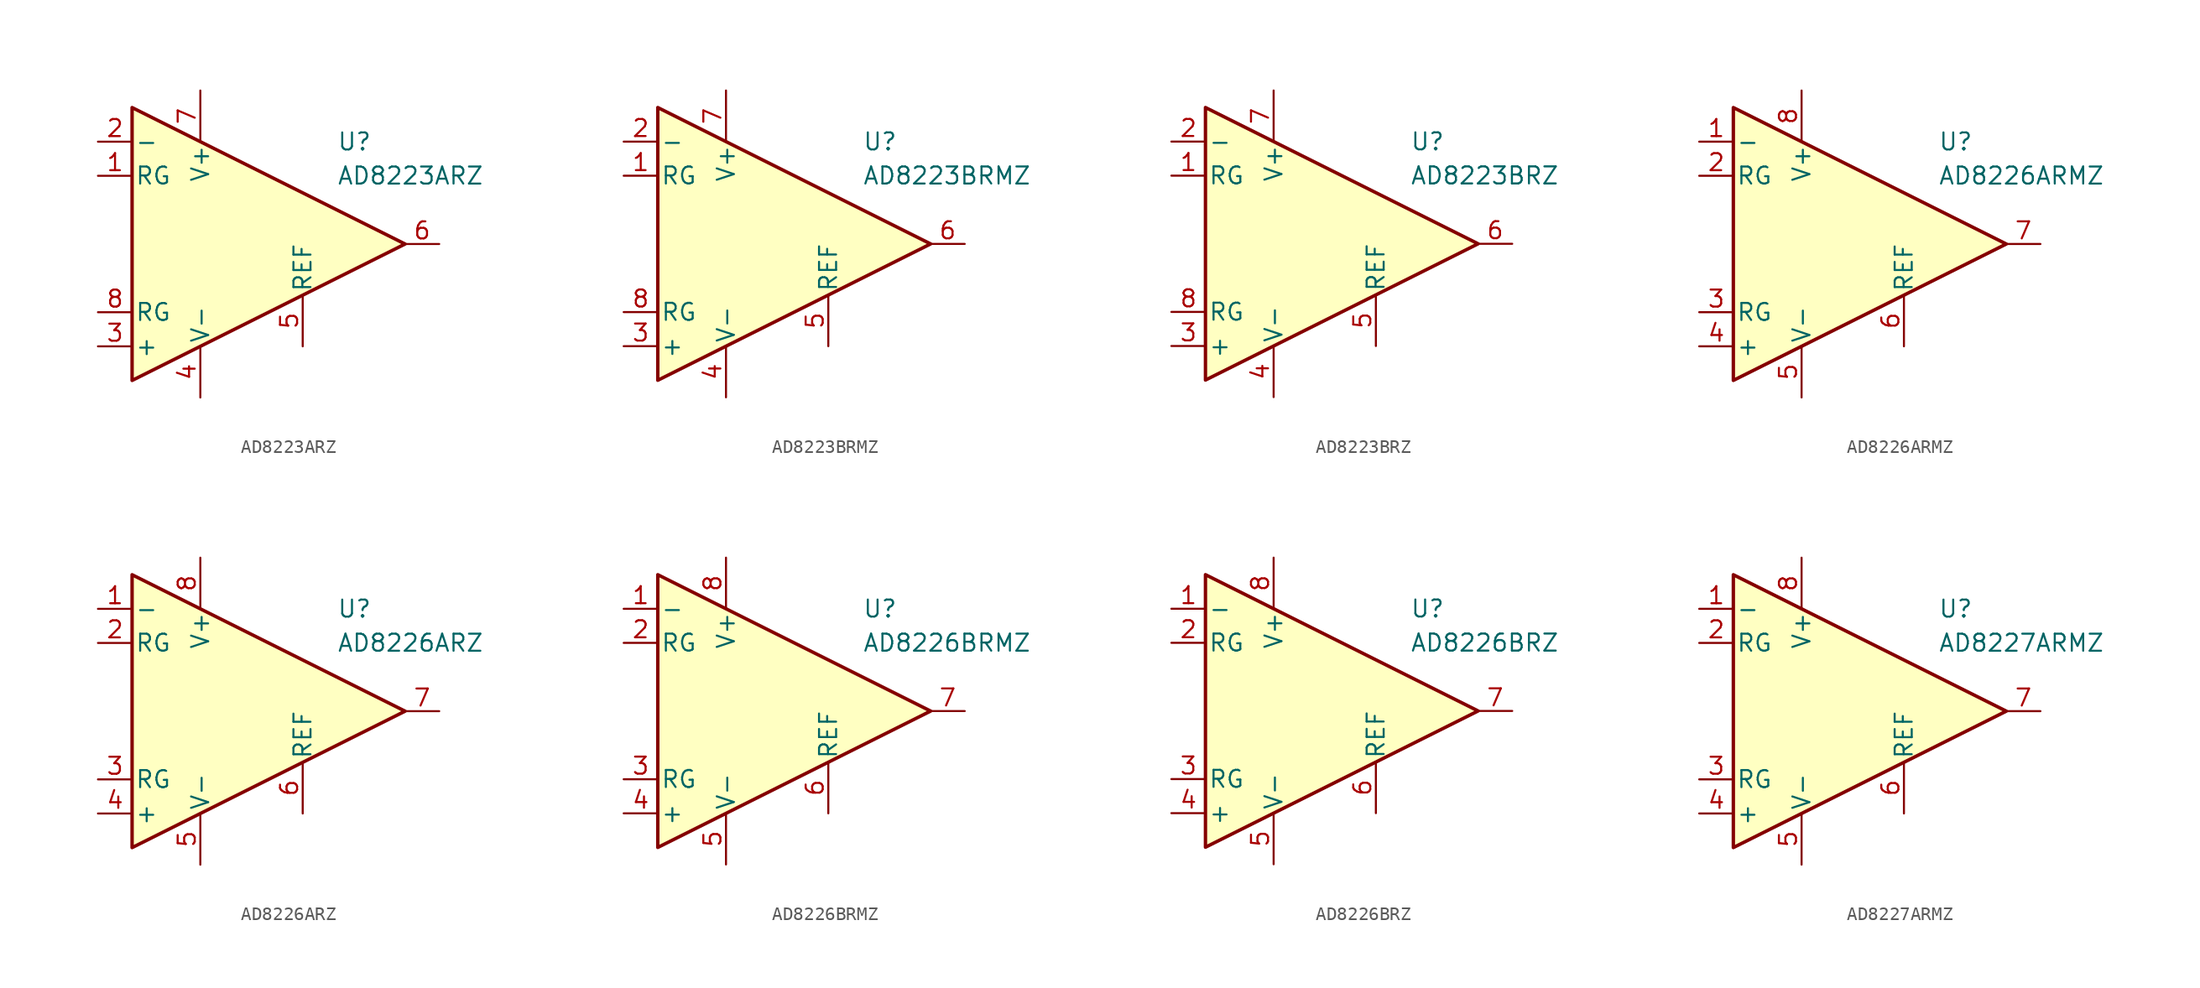
<source format=kicad_sym>
(kicad_symbol_lib
  (version 20231120)
  (generator "kicad_symbol_editor")
  (generator_version "8.0")
  (symbol "AD8223ARZ"
    (pin_names
      (offset 0.2))
    (property "Reference" "U"
      (at 6.35 7.62 0)
      (effects (font (size 1.27 1.27)) (justify left)))
    (property "Value" "AD8223ARZ"
      (at 6.35 5.08 0)
      (effects (font (size 1.27 1.27)) (justify left)))
    (symbol "AD8223ARZ_0_1"
      (polyline (pts (xy -8.89 10.16) (xy -8.89 -10.16) (xy 11.43 0) (xy -8.89 10.16)) (stroke (width 0.254) (type default)) (fill (type background))))
    (symbol "AD8223ARZ_1_1"
      (pin passive line (at -11.43 5.08 0) (length 2.54) (name "RG" (effects (font (size 1.27 1.27)))) (number "1" (effects (font (size 1.27 1.27)))))
      (pin input line (at -11.43 7.62 0) (length 2.54) (name "-" (effects (font (size 1.27 1.27)))) (number "2" (effects (font (size 1.27 1.27)))))
      (pin input line (at -11.43 -7.62 0) (length 2.54) (name "+" (effects (font (size 1.27 1.27)))) (number "3" (effects (font (size 1.27 1.27)))))
      (pin power_in line (at -3.81 -11.43 90) (length 3.81) (name "V-" (effects (font (size 1.27 1.27)))) (number "4" (effects (font (size 1.27 1.27)))))
      (pin input line (at 3.81 -7.62 90) (length 3.81) (name "REF" (effects (font (size 1.27 1.27)))) (number "5" (effects (font (size 1.27 1.27)))))
      (pin output line (at 13.97 0 180) (length 2.54) (name "~" (effects (font (size 1.27 1.27)))) (number "6" (effects (font (size 1.27 1.27)))))
      (pin power_in line (at -3.81 11.43 270) (length 3.81) (name "V+" (effects (font (size 1.27 1.27)))) (number "7" (effects (font (size 1.27 1.27)))))
      (pin passive line (at -11.43 -5.08 0) (length 2.54) (name "RG" (effects (font (size 1.27 1.27)))) (number "8" (effects (font (size 1.27 1.27)))))))
  (symbol "AD8223BRMZ"
    (pin_names
      (offset 0.2))
    (property "Reference" "U"
      (at 6.35 7.62 0)
      (effects (font (size 1.27 1.27)) (justify left)))
    (property "Value" "AD8223BRMZ"
      (at 6.35 5.08 0)
      (effects (font (size 1.27 1.27)) (justify left)))
    (symbol "AD8223BRMZ_0_1"
      (polyline (pts (xy -8.89 10.16) (xy -8.89 -10.16) (xy 11.43 0) (xy -8.89 10.16)) (stroke (width 0.254) (type default)) (fill (type background))))
    (symbol "AD8223BRMZ_1_1"
      (pin passive line (at -11.43 5.08 0) (length 2.54) (name "RG" (effects (font (size 1.27 1.27)))) (number "1" (effects (font (size 1.27 1.27)))))
      (pin input line (at -11.43 7.62 0) (length 2.54) (name "-" (effects (font (size 1.27 1.27)))) (number "2" (effects (font (size 1.27 1.27)))))
      (pin input line (at -11.43 -7.62 0) (length 2.54) (name "+" (effects (font (size 1.27 1.27)))) (number "3" (effects (font (size 1.27 1.27)))))
      (pin power_in line (at -3.81 -11.43 90) (length 3.81) (name "V-" (effects (font (size 1.27 1.27)))) (number "4" (effects (font (size 1.27 1.27)))))
      (pin input line (at 3.81 -7.62 90) (length 3.81) (name "REF" (effects (font (size 1.27 1.27)))) (number "5" (effects (font (size 1.27 1.27)))))
      (pin output line (at 13.97 0 180) (length 2.54) (name "~" (effects (font (size 1.27 1.27)))) (number "6" (effects (font (size 1.27 1.27)))))
      (pin power_in line (at -3.81 11.43 270) (length 3.81) (name "V+" (effects (font (size 1.27 1.27)))) (number "7" (effects (font (size 1.27 1.27)))))
      (pin passive line (at -11.43 -5.08 0) (length 2.54) (name "RG" (effects (font (size 1.27 1.27)))) (number "8" (effects (font (size 1.27 1.27)))))))
  (symbol "AD8223BRZ"
    (pin_names
      (offset 0.2))
    (property "Reference" "U"
      (at 6.35 7.62 0)
      (effects (font (size 1.27 1.27)) (justify left)))
    (property "Value" "AD8223BRZ"
      (at 6.35 5.08 0)
      (effects (font (size 1.27 1.27)) (justify left)))
    (symbol "AD8223BRZ_0_1"
      (polyline (pts (xy -8.89 10.16) (xy -8.89 -10.16) (xy 11.43 0) (xy -8.89 10.16)) (stroke (width 0.254) (type default)) (fill (type background))))
    (symbol "AD8223BRZ_1_1"
      (pin passive line (at -11.43 5.08 0) (length 2.54) (name "RG" (effects (font (size 1.27 1.27)))) (number "1" (effects (font (size 1.27 1.27)))))
      (pin input line (at -11.43 7.62 0) (length 2.54) (name "-" (effects (font (size 1.27 1.27)))) (number "2" (effects (font (size 1.27 1.27)))))
      (pin input line (at -11.43 -7.62 0) (length 2.54) (name "+" (effects (font (size 1.27 1.27)))) (number "3" (effects (font (size 1.27 1.27)))))
      (pin power_in line (at -3.81 -11.43 90) (length 3.81) (name "V-" (effects (font (size 1.27 1.27)))) (number "4" (effects (font (size 1.27 1.27)))))
      (pin input line (at 3.81 -7.62 90) (length 3.81) (name "REF" (effects (font (size 1.27 1.27)))) (number "5" (effects (font (size 1.27 1.27)))))
      (pin output line (at 13.97 0 180) (length 2.54) (name "~" (effects (font (size 1.27 1.27)))) (number "6" (effects (font (size 1.27 1.27)))))
      (pin power_in line (at -3.81 11.43 270) (length 3.81) (name "V+" (effects (font (size 1.27 1.27)))) (number "7" (effects (font (size 1.27 1.27)))))
      (pin passive line (at -11.43 -5.08 0) (length 2.54) (name "RG" (effects (font (size 1.27 1.27)))) (number "8" (effects (font (size 1.27 1.27)))))))
  (symbol "AD8226ARMZ"
    (pin_names
      (offset 0.2))
    (property "Reference" "U"
      (at 6.35 7.62 0)
      (effects (font (size 1.27 1.27)) (justify left)))
    (property "Value" "AD8226ARMZ"
      (at 6.35 5.08 0)
      (effects (font (size 1.27 1.27)) (justify left)))
    (symbol "AD8226ARMZ_0_1"
      (polyline (pts (xy -8.89 10.16) (xy -8.89 -10.16) (xy 11.43 0) (xy -8.89 10.16)) (stroke (width 0.254) (type default)) (fill (type background))))
    (symbol "AD8226ARMZ_1_1"
      (pin input line (at -11.43 7.62 0) (length 2.54) (name "-" (effects (font (size 1.27 1.27)))) (number "1" (effects (font (size 1.27 1.27)))))
      (pin passive line (at -11.43 5.08 0) (length 2.54) (name "RG" (effects (font (size 1.27 1.27)))) (number "2" (effects (font (size 1.27 1.27)))))
      (pin passive line (at -11.43 -5.08 0) (length 2.54) (name "RG" (effects (font (size 1.27 1.27)))) (number "3" (effects (font (size 1.27 1.27)))))
      (pin input line (at -11.43 -7.62 0) (length 2.54) (name "+" (effects (font (size 1.27 1.27)))) (number "4" (effects (font (size 1.27 1.27)))))
      (pin power_in line (at -3.81 -11.43 90) (length 3.81) (name "V-" (effects (font (size 1.27 1.27)))) (number "5" (effects (font (size 1.27 1.27)))))
      (pin input line (at 3.81 -7.62 90) (length 3.81) (name "REF" (effects (font (size 1.27 1.27)))) (number "6" (effects (font (size 1.27 1.27)))))
      (pin output line (at 13.97 0 180) (length 2.54) (name "~" (effects (font (size 1.27 1.27)))) (number "7" (effects (font (size 1.27 1.27)))))
      (pin power_in line (at -3.81 11.43 270) (length 3.81) (name "V+" (effects (font (size 1.27 1.27)))) (number "8" (effects (font (size 1.27 1.27)))))))
  (symbol "AD8226ARZ"
    (pin_names
      (offset 0.2))
    (property "Reference" "U"
      (at 6.35 7.62 0)
      (effects (font (size 1.27 1.27)) (justify left)))
    (property "Value" "AD8226ARZ"
      (at 6.35 5.08 0)
      (effects (font (size 1.27 1.27)) (justify left)))
    (symbol "AD8226ARZ_0_1"
      (polyline (pts (xy -8.89 10.16) (xy -8.89 -10.16) (xy 11.43 0) (xy -8.89 10.16)) (stroke (width 0.254) (type default)) (fill (type background))))
    (symbol "AD8226ARZ_1_1"
      (pin input line (at -11.43 7.62 0) (length 2.54) (name "-" (effects (font (size 1.27 1.27)))) (number "1" (effects (font (size 1.27 1.27)))))
      (pin passive line (at -11.43 5.08 0) (length 2.54) (name "RG" (effects (font (size 1.27 1.27)))) (number "2" (effects (font (size 1.27 1.27)))))
      (pin passive line (at -11.43 -5.08 0) (length 2.54) (name "RG" (effects (font (size 1.27 1.27)))) (number "3" (effects (font (size 1.27 1.27)))))
      (pin input line (at -11.43 -7.62 0) (length 2.54) (name "+" (effects (font (size 1.27 1.27)))) (number "4" (effects (font (size 1.27 1.27)))))
      (pin power_in line (at -3.81 -11.43 90) (length 3.81) (name "V-" (effects (font (size 1.27 1.27)))) (number "5" (effects (font (size 1.27 1.27)))))
      (pin input line (at 3.81 -7.62 90) (length 3.81) (name "REF" (effects (font (size 1.27 1.27)))) (number "6" (effects (font (size 1.27 1.27)))))
      (pin output line (at 13.97 0 180) (length 2.54) (name "~" (effects (font (size 1.27 1.27)))) (number "7" (effects (font (size 1.27 1.27)))))
      (pin power_in line (at -3.81 11.43 270) (length 3.81) (name "V+" (effects (font (size 1.27 1.27)))) (number "8" (effects (font (size 1.27 1.27)))))))
  (symbol "AD8226BRMZ"
    (pin_names
      (offset 0.2))
    (property "Reference" "U"
      (at 6.35 7.62 0)
      (effects (font (size 1.27 1.27)) (justify left)))
    (property "Value" "AD8226BRMZ"
      (at 6.35 5.08 0)
      (effects (font (size 1.27 1.27)) (justify left)))
    (symbol "AD8226BRMZ_0_1"
      (polyline (pts (xy -8.89 10.16) (xy -8.89 -10.16) (xy 11.43 0) (xy -8.89 10.16)) (stroke (width 0.254) (type default)) (fill (type background))))
    (symbol "AD8226BRMZ_1_1"
      (pin input line (at -11.43 7.62 0) (length 2.54) (name "-" (effects (font (size 1.27 1.27)))) (number "1" (effects (font (size 1.27 1.27)))))
      (pin passive line (at -11.43 5.08 0) (length 2.54) (name "RG" (effects (font (size 1.27 1.27)))) (number "2" (effects (font (size 1.27 1.27)))))
      (pin passive line (at -11.43 -5.08 0) (length 2.54) (name "RG" (effects (font (size 1.27 1.27)))) (number "3" (effects (font (size 1.27 1.27)))))
      (pin input line (at -11.43 -7.62 0) (length 2.54) (name "+" (effects (font (size 1.27 1.27)))) (number "4" (effects (font (size 1.27 1.27)))))
      (pin power_in line (at -3.81 -11.43 90) (length 3.81) (name "V-" (effects (font (size 1.27 1.27)))) (number "5" (effects (font (size 1.27 1.27)))))
      (pin input line (at 3.81 -7.62 90) (length 3.81) (name "REF" (effects (font (size 1.27 1.27)))) (number "6" (effects (font (size 1.27 1.27)))))
      (pin output line (at 13.97 0 180) (length 2.54) (name "~" (effects (font (size 1.27 1.27)))) (number "7" (effects (font (size 1.27 1.27)))))
      (pin power_in line (at -3.81 11.43 270) (length 3.81) (name "V+" (effects (font (size 1.27 1.27)))) (number "8" (effects (font (size 1.27 1.27)))))))
  (symbol "AD8226BRZ"
    (pin_names
      (offset 0.2))
    (property "Reference" "U"
      (at 6.35 7.62 0)
      (effects (font (size 1.27 1.27)) (justify left)))
    (property "Value" "AD8226BRZ"
      (at 6.35 5.08 0)
      (effects (font (size 1.27 1.27)) (justify left)))
    (symbol "AD8226BRZ_0_1"
      (polyline (pts (xy -8.89 10.16) (xy -8.89 -10.16) (xy 11.43 0) (xy -8.89 10.16)) (stroke (width 0.254) (type default)) (fill (type background))))
    (symbol "AD8226BRZ_1_1"
      (pin input line (at -11.43 7.62 0) (length 2.54) (name "-" (effects (font (size 1.27 1.27)))) (number "1" (effects (font (size 1.27 1.27)))))
      (pin passive line (at -11.43 5.08 0) (length 2.54) (name "RG" (effects (font (size 1.27 1.27)))) (number "2" (effects (font (size 1.27 1.27)))))
      (pin passive line (at -11.43 -5.08 0) (length 2.54) (name "RG" (effects (font (size 1.27 1.27)))) (number "3" (effects (font (size 1.27 1.27)))))
      (pin input line (at -11.43 -7.62 0) (length 2.54) (name "+" (effects (font (size 1.27 1.27)))) (number "4" (effects (font (size 1.27 1.27)))))
      (pin power_in line (at -3.81 -11.43 90) (length 3.81) (name "V-" (effects (font (size 1.27 1.27)))) (number "5" (effects (font (size 1.27 1.27)))))
      (pin input line (at 3.81 -7.62 90) (length 3.81) (name "REF" (effects (font (size 1.27 1.27)))) (number "6" (effects (font (size 1.27 1.27)))))
      (pin output line (at 13.97 0 180) (length 2.54) (name "~" (effects (font (size 1.27 1.27)))) (number "7" (effects (font (size 1.27 1.27)))))
      (pin power_in line (at -3.81 11.43 270) (length 3.81) (name "V+" (effects (font (size 1.27 1.27)))) (number "8" (effects (font (size 1.27 1.27)))))))
  (symbol "AD8227ARMZ"
    (pin_names
      (offset 0.2))
    (property "Reference" "U"
      (at 6.35 7.62 0)
      (effects (font (size 1.27 1.27)) (justify left)))
    (property "Value" "AD8227ARMZ"
      (at 6.35 5.08 0)
      (effects (font (size 1.27 1.27)) (justify left)))
    (symbol "AD8227ARMZ_0_1"
      (polyline (pts (xy -8.89 10.16) (xy -8.89 -10.16) (xy 11.43 0) (xy -8.89 10.16)) (stroke (width 0.254) (type default)) (fill (type background))))
    (symbol "AD8227ARMZ_1_1"
      (pin input line (at -11.43 7.62 0) (length 2.54) (name "-" (effects (font (size 1.27 1.27)))) (number "1" (effects (font (size 1.27 1.27)))))
      (pin passive line (at -11.43 5.08 0) (length 2.54) (name "RG" (effects (font (size 1.27 1.27)))) (number "2" (effects (font (size 1.27 1.27)))))
      (pin passive line (at -11.43 -5.08 0) (length 2.54) (name "RG" (effects (font (size 1.27 1.27)))) (number "3" (effects (font (size 1.27 1.27)))))
      (pin input line (at -11.43 -7.62 0) (length 2.54) (name "+" (effects (font (size 1.27 1.27)))) (number "4" (effects (font (size 1.27 1.27)))))
      (pin power_in line (at -3.81 -11.43 90) (length 3.81) (name "V-" (effects (font (size 1.27 1.27)))) (number "5" (effects (font (size 1.27 1.27)))))
      (pin input line (at 3.81 -7.62 90) (length 3.81) (name "REF" (effects (font (size 1.27 1.27)))) (number "6" (effects (font (size 1.27 1.27)))))
      (pin output line (at 13.97 0 180) (length 2.54) (name "~" (effects (font (size 1.27 1.27)))) (number "7" (effects (font (size 1.27 1.27)))))
      (pin power_in line (at -3.81 11.43 270) (length 3.81) (name "V+" (effects (font (size 1.27 1.27)))) (number "8" (effects (font (size 1.27 1.27))))))))
</source>
